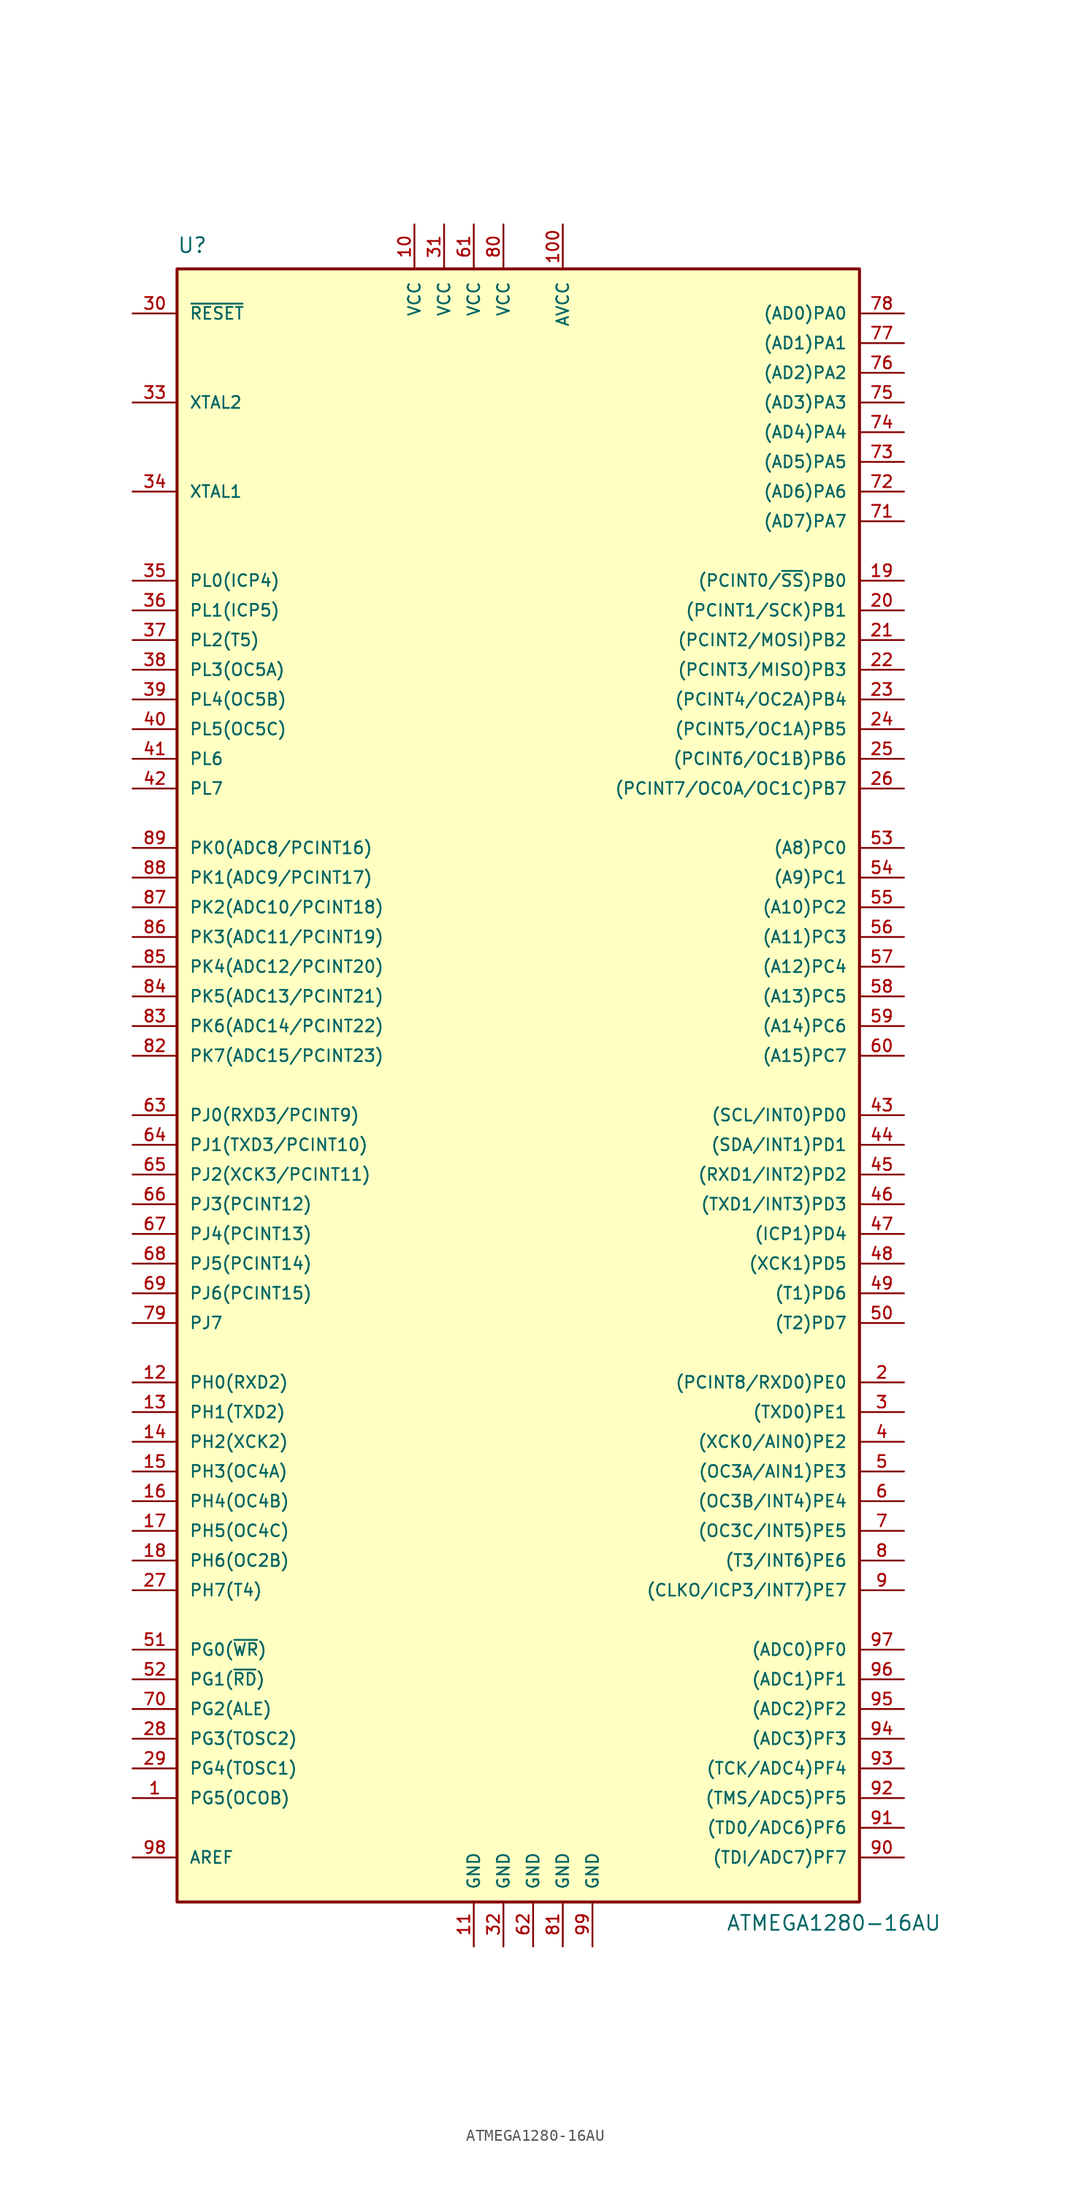
<source format=kicad_sym>
(kicad_symbol_lib
  (version 20220914)
  (generator kicad_symbol_editor)
  (symbol "ATMEGA1280-16AU"
    (pin_names
      (offset 1.016))
    (property "Reference" "U"
      (at -29.21 71.12 0)
      (effects (font (size 1.27 1.27)) (justify left bottom)))
    (property "Value" "ATMEGA1280-16AU"
      (at 17.78 -72.39 0)
      (effects (font (size 1.27 1.27)) (justify left bottom)))
    (symbol "ATMEGA1280-16AU_0_1"
      (rectangle (start -29.21 69.85) (end 29.21 -69.85) (stroke (width 0.254) (type solid)) (fill (type background))))
    (symbol "ATMEGA1280-16AU_1_1"
      (pin bidirectional line (at -33.02 -60.96 0) (length 3.81) (name "PG5(OCOB)" (effects (font (size 1.016 1.016)))) (number "1" (effects (font (size 1.016 1.016)))))
      (pin power_in line (at -8.89 73.66 270) (length 3.81) (name "VCC" (effects (font (size 1.016 1.016)))) (number "10" (effects (font (size 1.016 1.016)))))
      (pin power_in line (at 3.81 73.66 270) (length 3.81) (name "AVCC" (effects (font (size 1.016 1.016)))) (number "100" (effects (font (size 1.016 1.016)))))
      (pin power_in line (at -3.81 -73.66 90) (length 3.81) (name "GND" (effects (font (size 1.016 1.016)))) (number "11" (effects (font (size 1.016 1.016)))))
      (pin bidirectional line (at -33.02 -25.4 0) (length 3.81) (name "PH0(RXD2)" (effects (font (size 1.016 1.016)))) (number "12" (effects (font (size 1.016 1.016)))))
      (pin bidirectional line (at -33.02 -27.94 0) (length 3.81) (name "PH1(TXD2)" (effects (font (size 1.016 1.016)))) (number "13" (effects (font (size 1.016 1.016)))))
      (pin bidirectional line (at -33.02 -30.48 0) (length 3.81) (name "PH2(XCK2)" (effects (font (size 1.016 1.016)))) (number "14" (effects (font (size 1.016 1.016)))))
      (pin bidirectional line (at -33.02 -33.02 0) (length 3.81) (name "PH3(OC4A)" (effects (font (size 1.016 1.016)))) (number "15" (effects (font (size 1.016 1.016)))))
      (pin bidirectional line (at -33.02 -35.56 0) (length 3.81) (name "PH4(OC4B)" (effects (font (size 1.016 1.016)))) (number "16" (effects (font (size 1.016 1.016)))))
      (pin bidirectional line (at -33.02 -38.1 0) (length 3.81) (name "PH5(OC4C)" (effects (font (size 1.016 1.016)))) (number "17" (effects (font (size 1.016 1.016)))))
      (pin bidirectional line (at -33.02 -40.64 0) (length 3.81) (name "PH6(OC2B)" (effects (font (size 1.016 1.016)))) (number "18" (effects (font (size 1.016 1.016)))))
      (pin bidirectional line (at 33.02 43.18 180) (length 3.81) (name "(PCINT0/~{SS})PB0" (effects (font (size 1.016 1.016)))) (number "19" (effects (font (size 1.016 1.016)))))
      (pin bidirectional line (at 33.02 -25.4 180) (length 3.81) (name "(PCINT8/RXD0)PE0" (effects (font (size 1.016 1.016)))) (number "2" (effects (font (size 1.016 1.016)))))
      (pin bidirectional line (at 33.02 40.64 180) (length 3.81) (name "(PCINT1/SCK)PB1" (effects (font (size 1.016 1.016)))) (number "20" (effects (font (size 1.016 1.016)))))
      (pin bidirectional line (at 33.02 38.1 180) (length 3.81) (name "(PCINT2/MOSI)PB2" (effects (font (size 1.016 1.016)))) (number "21" (effects (font (size 1.016 1.016)))))
      (pin bidirectional line (at 33.02 35.56 180) (length 3.81) (name "(PCINT3/MISO)PB3" (effects (font (size 1.016 1.016)))) (number "22" (effects (font (size 1.016 1.016)))))
      (pin bidirectional line (at 33.02 33.02 180) (length 3.81) (name "(PCINT4/OC2A)PB4" (effects (font (size 1.016 1.016)))) (number "23" (effects (font (size 1.016 1.016)))))
      (pin bidirectional line (at 33.02 30.48 180) (length 3.81) (name "(PCINT5/OC1A)PB5" (effects (font (size 1.016 1.016)))) (number "24" (effects (font (size 1.016 1.016)))))
      (pin bidirectional line (at 33.02 27.94 180) (length 3.81) (name "(PCINT6/OC1B)PB6" (effects (font (size 1.016 1.016)))) (number "25" (effects (font (size 1.016 1.016)))))
      (pin bidirectional line (at 33.02 25.4 180) (length 3.81) (name "(PCINT7/OC0A/OC1C)PB7" (effects (font (size 1.016 1.016)))) (number "26" (effects (font (size 1.016 1.016)))))
      (pin bidirectional line (at -33.02 -43.18 0) (length 3.81) (name "PH7(T4)" (effects (font (size 1.016 1.016)))) (number "27" (effects (font (size 1.016 1.016)))))
      (pin bidirectional line (at -33.02 -55.88 0) (length 3.81) (name "PG3(TOSC2)" (effects (font (size 1.016 1.016)))) (number "28" (effects (font (size 1.016 1.016)))))
      (pin bidirectional line (at -33.02 -58.42 0) (length 3.81) (name "PG4(TOSC1)" (effects (font (size 1.016 1.016)))) (number "29" (effects (font (size 1.016 1.016)))))
      (pin bidirectional line (at 33.02 -27.94 180) (length 3.81) (name "(TXD0)PE1" (effects (font (size 1.016 1.016)))) (number "3" (effects (font (size 1.016 1.016)))))
      (pin input line (at -33.02 66.04 0) (length 3.81) (name "~{RESET}" (effects (font (size 1.016 1.016)))) (number "30" (effects (font (size 1.016 1.016)))))
      (pin power_in line (at -6.35 73.66 270) (length 3.81) (name "VCC" (effects (font (size 1.016 1.016)))) (number "31" (effects (font (size 1.016 1.016)))))
      (pin power_in line (at -1.27 -73.66 90) (length 3.81) (name "GND" (effects (font (size 1.016 1.016)))) (number "32" (effects (font (size 1.016 1.016)))))
      (pin bidirectional line (at -33.02 58.42 0) (length 3.81) (name "XTAL2" (effects (font (size 1.016 1.016)))) (number "33" (effects (font (size 1.016 1.016)))))
      (pin bidirectional line (at -33.02 50.8 0) (length 3.81) (name "XTAL1" (effects (font (size 1.016 1.016)))) (number "34" (effects (font (size 1.016 1.016)))))
      (pin bidirectional line (at -33.02 43.18 0) (length 3.81) (name "PL0(ICP4)" (effects (font (size 1.016 1.016)))) (number "35" (effects (font (size 1.016 1.016)))))
      (pin bidirectional line (at -33.02 40.64 0) (length 3.81) (name "PL1(ICP5)" (effects (font (size 1.016 1.016)))) (number "36" (effects (font (size 1.016 1.016)))))
      (pin bidirectional line (at -33.02 38.1 0) (length 3.81) (name "PL2(T5)" (effects (font (size 1.016 1.016)))) (number "37" (effects (font (size 1.016 1.016)))))
      (pin bidirectional line (at -33.02 35.56 0) (length 3.81) (name "PL3(OC5A)" (effects (font (size 1.016 1.016)))) (number "38" (effects (font (size 1.016 1.016)))))
      (pin bidirectional line (at -33.02 33.02 0) (length 3.81) (name "PL4(OC5B)" (effects (font (size 1.016 1.016)))) (number "39" (effects (font (size 1.016 1.016)))))
      (pin bidirectional line (at 33.02 -30.48 180) (length 3.81) (name "(XCK0/AIN0)PE2" (effects (font (size 1.016 1.016)))) (number "4" (effects (font (size 1.016 1.016)))))
      (pin bidirectional line (at -33.02 30.48 0) (length 3.81) (name "PL5(OC5C)" (effects (font (size 1.016 1.016)))) (number "40" (effects (font (size 1.016 1.016)))))
      (pin bidirectional line (at -33.02 27.94 0) (length 3.81) (name "PL6" (effects (font (size 1.016 1.016)))) (number "41" (effects (font (size 1.016 1.016)))))
      (pin bidirectional line (at -33.02 25.4 0) (length 3.81) (name "PL7" (effects (font (size 1.016 1.016)))) (number "42" (effects (font (size 1.016 1.016)))))
      (pin bidirectional line (at 33.02 -2.54 180) (length 3.81) (name "(SCL/INT0)PD0" (effects (font (size 1.016 1.016)))) (number "43" (effects (font (size 1.016 1.016)))))
      (pin bidirectional line (at 33.02 -5.08 180) (length 3.81) (name "(SDA/INT1)PD1" (effects (font (size 1.016 1.016)))) (number "44" (effects (font (size 1.016 1.016)))))
      (pin bidirectional line (at 33.02 -7.62 180) (length 3.81) (name "(RXD1/INT2)PD2" (effects (font (size 1.016 1.016)))) (number "45" (effects (font (size 1.016 1.016)))))
      (pin bidirectional line (at 33.02 -10.16 180) (length 3.81) (name "(TXD1/INT3)PD3" (effects (font (size 1.016 1.016)))) (number "46" (effects (font (size 1.016 1.016)))))
      (pin bidirectional line (at 33.02 -12.7 180) (length 3.81) (name "(ICP1)PD4" (effects (font (size 1.016 1.016)))) (number "47" (effects (font (size 1.016 1.016)))))
      (pin bidirectional line (at 33.02 -15.24 180) (length 3.81) (name "(XCK1)PD5" (effects (font (size 1.016 1.016)))) (number "48" (effects (font (size 1.016 1.016)))))
      (pin bidirectional line (at 33.02 -17.78 180) (length 3.81) (name "(T1)PD6" (effects (font (size 1.016 1.016)))) (number "49" (effects (font (size 1.016 1.016)))))
      (pin bidirectional line (at 33.02 -33.02 180) (length 3.81) (name "(OC3A/AIN1)PE3" (effects (font (size 1.016 1.016)))) (number "5" (effects (font (size 1.016 1.016)))))
      (pin bidirectional line (at 33.02 -20.32 180) (length 3.81) (name "(T2)PD7" (effects (font (size 1.016 1.016)))) (number "50" (effects (font (size 1.016 1.016)))))
      (pin bidirectional line (at -33.02 -48.26 0) (length 3.81) (name "PG0(~{WR})" (effects (font (size 1.016 1.016)))) (number "51" (effects (font (size 1.016 1.016)))))
      (pin bidirectional line (at -33.02 -50.8 0) (length 3.81) (name "PG1(~{RD})" (effects (font (size 1.016 1.016)))) (number "52" (effects (font (size 1.016 1.016)))))
      (pin output line (at 33.02 20.32 180) (length 3.81) (name "(A8)PC0" (effects (font (size 1.016 1.016)))) (number "53" (effects (font (size 1.016 1.016)))))
      (pin output line (at 33.02 17.78 180) (length 3.81) (name "(A9)PC1" (effects (font (size 1.016 1.016)))) (number "54" (effects (font (size 1.016 1.016)))))
      (pin output line (at 33.02 15.24 180) (length 3.81) (name "(A10)PC2" (effects (font (size 1.016 1.016)))) (number "55" (effects (font (size 1.016 1.016)))))
      (pin output line (at 33.02 12.7 180) (length 3.81) (name "(A11)PC3" (effects (font (size 1.016 1.016)))) (number "56" (effects (font (size 1.016 1.016)))))
      (pin output line (at 33.02 10.16 180) (length 3.81) (name "(A12)PC4" (effects (font (size 1.016 1.016)))) (number "57" (effects (font (size 1.016 1.016)))))
      (pin output line (at 33.02 7.62 180) (length 3.81) (name "(A13)PC5" (effects (font (size 1.016 1.016)))) (number "58" (effects (font (size 1.016 1.016)))))
      (pin output line (at 33.02 5.08 180) (length 3.81) (name "(A14)PC6" (effects (font (size 1.016 1.016)))) (number "59" (effects (font (size 1.016 1.016)))))
      (pin bidirectional line (at 33.02 -35.56 180) (length 3.81) (name "(OC3B/INT4)PE4" (effects (font (size 1.016 1.016)))) (number "6" (effects (font (size 1.016 1.016)))))
      (pin output line (at 33.02 2.54 180) (length 3.81) (name "(A15)PC7" (effects (font (size 1.016 1.016)))) (number "60" (effects (font (size 1.016 1.016)))))
      (pin power_in line (at -3.81 73.66 270) (length 3.81) (name "VCC" (effects (font (size 1.016 1.016)))) (number "61" (effects (font (size 1.016 1.016)))))
      (pin power_in line (at 1.27 -73.66 90) (length 3.81) (name "GND" (effects (font (size 1.016 1.016)))) (number "62" (effects (font (size 1.016 1.016)))))
      (pin bidirectional line (at -33.02 -2.54 0) (length 3.81) (name "PJ0(RXD3/PCINT9)" (effects (font (size 1.016 1.016)))) (number "63" (effects (font (size 1.016 1.016)))))
      (pin bidirectional line (at -33.02 -5.08 0) (length 3.81) (name "PJ1(TXD3/PCINT10)" (effects (font (size 1.016 1.016)))) (number "64" (effects (font (size 1.016 1.016)))))
      (pin bidirectional line (at -33.02 -7.62 0) (length 3.81) (name "PJ2(XCK3/PCINT11)" (effects (font (size 1.016 1.016)))) (number "65" (effects (font (size 1.016 1.016)))))
      (pin bidirectional line (at -33.02 -10.16 0) (length 3.81) (name "PJ3(PCINT12)" (effects (font (size 1.016 1.016)))) (number "66" (effects (font (size 1.016 1.016)))))
      (pin bidirectional line (at -33.02 -12.7 0) (length 3.81) (name "PJ4(PCINT13)" (effects (font (size 1.016 1.016)))) (number "67" (effects (font (size 1.016 1.016)))))
      (pin bidirectional line (at -33.02 -15.24 0) (length 3.81) (name "PJ5(PCINT14)" (effects (font (size 1.016 1.016)))) (number "68" (effects (font (size 1.016 1.016)))))
      (pin bidirectional line (at -33.02 -17.78 0) (length 3.81) (name "PJ6(PCINT15)" (effects (font (size 1.016 1.016)))) (number "69" (effects (font (size 1.016 1.016)))))
      (pin bidirectional line (at 33.02 -38.1 180) (length 3.81) (name "(OC3C/INT5)PE5" (effects (font (size 1.016 1.016)))) (number "7" (effects (font (size 1.016 1.016)))))
      (pin bidirectional line (at -33.02 -53.34 0) (length 3.81) (name "PG2(ALE)" (effects (font (size 1.016 1.016)))) (number "70" (effects (font (size 1.016 1.016)))))
      (pin bidirectional line (at 33.02 48.26 180) (length 3.81) (name "(AD7)PA7" (effects (font (size 1.016 1.016)))) (number "71" (effects (font (size 1.016 1.016)))))
      (pin bidirectional line (at 33.02 50.8 180) (length 3.81) (name "(AD6)PA6" (effects (font (size 1.016 1.016)))) (number "72" (effects (font (size 1.016 1.016)))))
      (pin bidirectional line (at 33.02 53.34 180) (length 3.81) (name "(AD5)PA5" (effects (font (size 1.016 1.016)))) (number "73" (effects (font (size 1.016 1.016)))))
      (pin bidirectional line (at 33.02 55.88 180) (length 3.81) (name "(AD4)PA4" (effects (font (size 1.016 1.016)))) (number "74" (effects (font (size 1.016 1.016)))))
      (pin bidirectional line (at 33.02 58.42 180) (length 3.81) (name "(AD3)PA3" (effects (font (size 1.016 1.016)))) (number "75" (effects (font (size 1.016 1.016)))))
      (pin bidirectional line (at 33.02 60.96 180) (length 3.81) (name "(AD2)PA2" (effects (font (size 1.016 1.016)))) (number "76" (effects (font (size 1.016 1.016)))))
      (pin bidirectional line (at 33.02 63.5 180) (length 3.81) (name "(AD1)PA1" (effects (font (size 1.016 1.016)))) (number "77" (effects (font (size 1.016 1.016)))))
      (pin bidirectional line (at 33.02 66.04 180) (length 3.81) (name "(AD0)PA0" (effects (font (size 1.016 1.016)))) (number "78" (effects (font (size 1.016 1.016)))))
      (pin bidirectional line (at -33.02 -20.32 0) (length 3.81) (name "PJ7" (effects (font (size 1.016 1.016)))) (number "79" (effects (font (size 1.016 1.016)))))
      (pin bidirectional line (at 33.02 -40.64 180) (length 3.81) (name "(T3/INT6)PE6" (effects (font (size 1.016 1.016)))) (number "8" (effects (font (size 1.016 1.016)))))
      (pin power_in line (at -1.27 73.66 270) (length 3.81) (name "VCC" (effects (font (size 1.016 1.016)))) (number "80" (effects (font (size 1.016 1.016)))))
      (pin power_in line (at 3.81 -73.66 90) (length 3.81) (name "GND" (effects (font (size 1.016 1.016)))) (number "81" (effects (font (size 1.016 1.016)))))
      (pin bidirectional line (at -33.02 2.54 0) (length 3.81) (name "PK7(ADC15/PCINT23)" (effects (font (size 1.016 1.016)))) (number "82" (effects (font (size 1.016 1.016)))))
      (pin bidirectional line (at -33.02 5.08 0) (length 3.81) (name "PK6(ADC14/PCINT22)" (effects (font (size 1.016 1.016)))) (number "83" (effects (font (size 1.016 1.016)))))
      (pin bidirectional line (at -33.02 7.62 0) (length 3.81) (name "PK5(ADC13/PCINT21)" (effects (font (size 1.016 1.016)))) (number "84" (effects (font (size 1.016 1.016)))))
      (pin bidirectional line (at -33.02 10.16 0) (length 3.81) (name "PK4(ADC12/PCINT20)" (effects (font (size 1.016 1.016)))) (number "85" (effects (font (size 1.016 1.016)))))
      (pin bidirectional line (at -33.02 12.7 0) (length 3.81) (name "PK3(ADC11/PCINT19)" (effects (font (size 1.016 1.016)))) (number "86" (effects (font (size 1.016 1.016)))))
      (pin bidirectional line (at -33.02 15.24 0) (length 3.81) (name "PK2(ADC10/PCINT18)" (effects (font (size 1.016 1.016)))) (number "87" (effects (font (size 1.016 1.016)))))
      (pin bidirectional line (at -33.02 17.78 0) (length 3.81) (name "PK1(ADC9/PCINT17)" (effects (font (size 1.016 1.016)))) (number "88" (effects (font (size 1.016 1.016)))))
      (pin bidirectional line (at -33.02 20.32 0) (length 3.81) (name "PK0(ADC8/PCINT16)" (effects (font (size 1.016 1.016)))) (number "89" (effects (font (size 1.016 1.016)))))
      (pin bidirectional line (at 33.02 -43.18 180) (length 3.81) (name "(CLKO/ICP3/INT7)PE7" (effects (font (size 1.016 1.016)))) (number "9" (effects (font (size 1.016 1.016)))))
      (pin input line (at 33.02 -66.04 180) (length 3.81) (name "(TDI/ADC7)PF7" (effects (font (size 1.016 1.016)))) (number "90" (effects (font (size 1.016 1.016)))))
      (pin input line (at 33.02 -63.5 180) (length 3.81) (name "(TD0/ADC6)PF6" (effects (font (size 1.016 1.016)))) (number "91" (effects (font (size 1.016 1.016)))))
      (pin input line (at 33.02 -60.96 180) (length 3.81) (name "(TMS/ADC5)PF5" (effects (font (size 1.016 1.016)))) (number "92" (effects (font (size 1.016 1.016)))))
      (pin input line (at 33.02 -58.42 180) (length 3.81) (name "(TCK/ADC4)PF4" (effects (font (size 1.016 1.016)))) (number "93" (effects (font (size 1.016 1.016)))))
      (pin input line (at 33.02 -55.88 180) (length 3.81) (name "(ADC3)PF3" (effects (font (size 1.016 1.016)))) (number "94" (effects (font (size 1.016 1.016)))))
      (pin input line (at 33.02 -53.34 180) (length 3.81) (name "(ADC2)PF2" (effects (font (size 1.016 1.016)))) (number "95" (effects (font (size 1.016 1.016)))))
      (pin input line (at 33.02 -50.8 180) (length 3.81) (name "(ADC1)PF1" (effects (font (size 1.016 1.016)))) (number "96" (effects (font (size 1.016 1.016)))))
      (pin input line (at 33.02 -48.26 180) (length 3.81) (name "(ADC0)PF0" (effects (font (size 1.016 1.016)))) (number "97" (effects (font (size 1.016 1.016)))))
      (pin bidirectional line (at -33.02 -66.04 0) (length 3.81) (name "AREF" (effects (font (size 1.016 1.016)))) (number "98" (effects (font (size 1.016 1.016)))))
      (pin power_in line (at 6.35 -73.66 90) (length 3.81) (name "GND" (effects (font (size 1.016 1.016)))) (number "99" (effects (font (size 1.016 1.016))))))))
</source>
